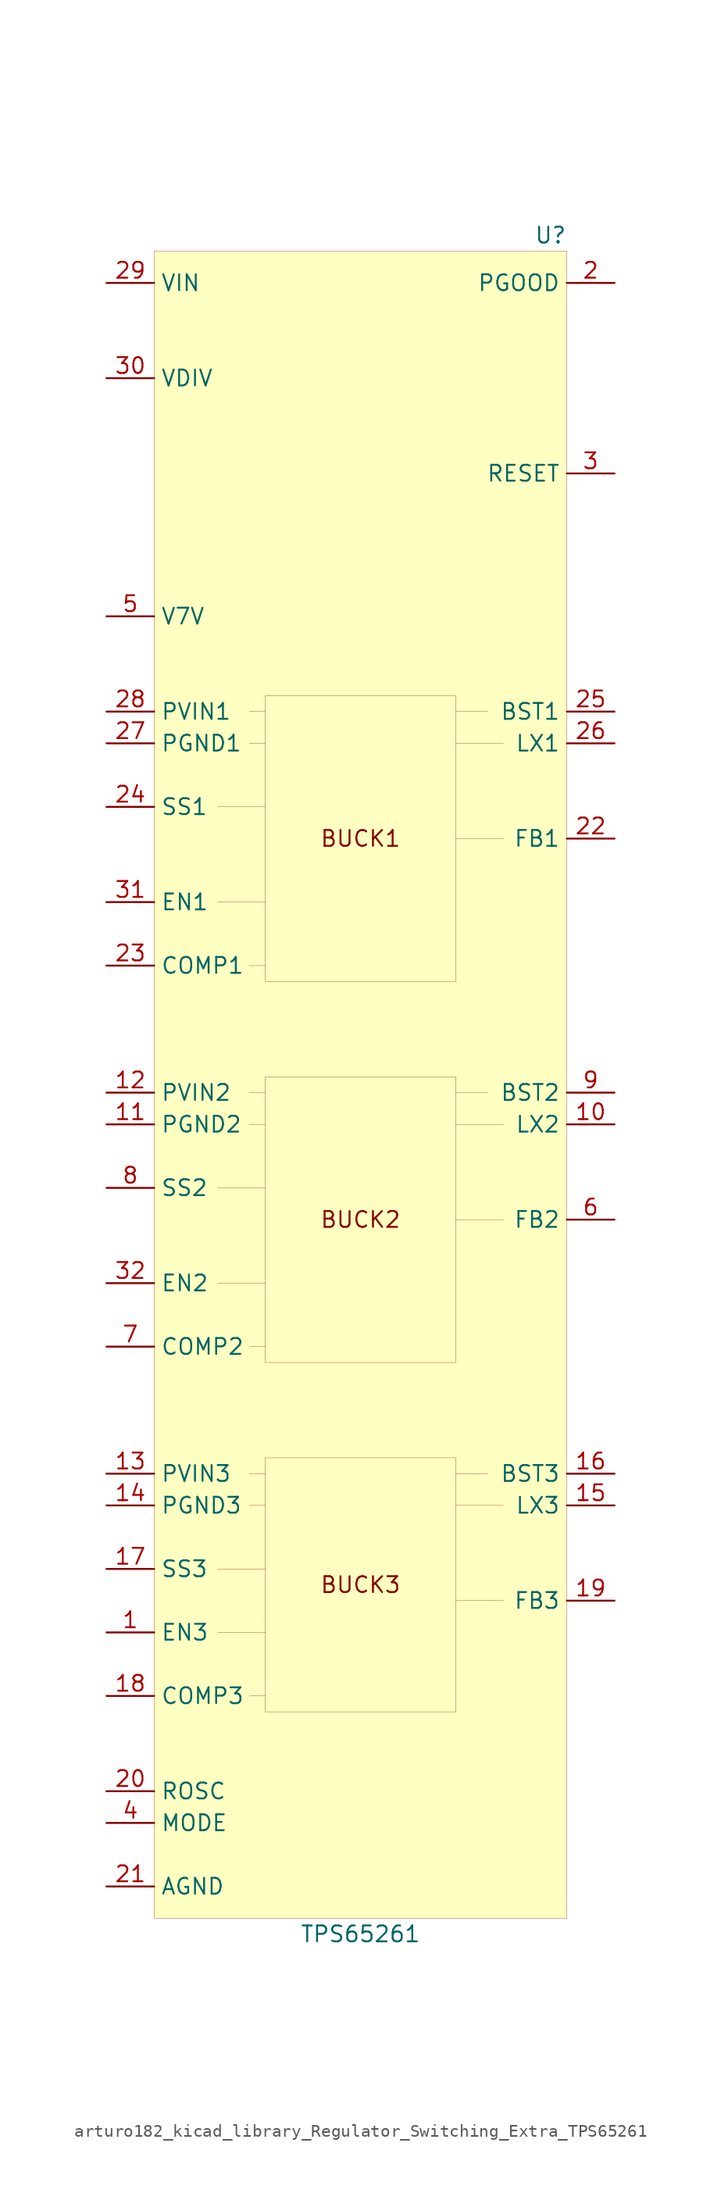
<source format=kicad_sym>
(kicad_symbol_lib
  (version 20220914)
  (generator kicad_symbol_editor)
  (symbol "Regulator_Switching_Extra:arturo182_kicad_library_Regulator_Switching_Extra_TPS65261"
    (property "Reference" "U"
      (at 16.51 63.5 0)
      (effects (font (size 1.27 1.27)) (justify right)))
    (property "Value" "TPS65261"
      (at 0 -72.39 0)
      (effects (font (size 1.27 1.27))))
    (symbol "arturo182_kicad_library_Regulator_Switching_Extra_TPS65261_0_0"
      (text "BUCK1" (at 0 15.24 0) (effects (font (size 1.27 1.27))))
      (text "BUCK2" (at 0 -15.24 0) (effects (font (size 1.27 1.27))))
      (text "BUCK3" (at 0 -44.45 0) (effects (font (size 1.27 1.27))))
      (polyline (pts (xy -7.62 -53.34) (xy -8.89 -53.34)) (stroke (width 0.001)) (fill (type none)))
      (polyline (pts (xy -7.62 -48.26) (xy -11.43 -48.26)) (stroke (width 0.001)) (fill (type none)))
      (polyline (pts (xy -7.62 -43.18) (xy -11.43 -43.18)) (stroke (width 0.001)) (fill (type none)))
      (polyline (pts (xy -7.62 -38.1) (xy -8.89 -38.1)) (stroke (width 0.001)) (fill (type none)))
      (polyline (pts (xy -7.62 -35.56) (xy -8.89 -35.56)) (stroke (width 0.001)) (fill (type none)))
      (polyline (pts (xy -7.62 -25.4) (xy -8.89 -25.4)) (stroke (width 0.001)) (fill (type none)))
      (polyline (pts (xy -7.62 -20.32) (xy -11.43 -20.32)) (stroke (width 0.001)) (fill (type none)))
      (polyline (pts (xy -7.62 -12.7) (xy -11.43 -12.7)) (stroke (width 0.001)) (fill (type none)))
      (polyline (pts (xy -7.62 -7.62) (xy -8.89 -7.62)) (stroke (width 0.001)) (fill (type none)))
      (polyline (pts (xy -7.62 -5.08) (xy -8.89 -5.08)) (stroke (width 0.001)) (fill (type none)))
      (polyline (pts (xy -7.62 5.08) (xy -8.89 5.08)) (stroke (width 0.001)) (fill (type none)))
      (polyline (pts (xy -7.62 10.16) (xy -11.43 10.16)) (stroke (width 0.001)) (fill (type none)))
      (polyline (pts (xy -7.62 17.78) (xy -11.43 17.78)) (stroke (width 0.001)) (fill (type none)))
      (polyline (pts (xy -7.62 22.86) (xy -8.89 22.86)) (stroke (width 0.001)) (fill (type none)))
      (polyline (pts (xy -7.62 25.4) (xy -8.89 25.4)) (stroke (width 0.001)) (fill (type none)))
      (polyline (pts (xy 10.16 -35.56) (xy 7.62 -35.56)) (stroke (width 0.001)) (fill (type none)))
      (polyline (pts (xy 10.16 -5.08) (xy 7.62 -5.08)) (stroke (width 0.001)) (fill (type none)))
      (polyline (pts (xy 10.16 25.4) (xy 7.62 25.4)) (stroke (width 0.001)) (fill (type none)))
      (polyline (pts (xy 11.43 -45.72) (xy 7.62 -45.72)) (stroke (width 0.001)) (fill (type none)))
      (polyline (pts (xy 11.43 -38.1) (xy 7.62 -38.1)) (stroke (width 0.001)) (fill (type none)))
      (polyline (pts (xy 11.43 -15.24) (xy 7.62 -15.24)) (stroke (width 0.001)) (fill (type none)))
      (polyline (pts (xy 11.43 -7.62) (xy 7.62 -7.62)) (stroke (width 0.001)) (fill (type none)))
      (polyline (pts (xy 11.43 15.24) (xy 7.62 15.24)) (stroke (width 0.001)) (fill (type none)))
      (polyline (pts (xy 11.43 22.86) (xy 7.62 22.86)) (stroke (width 0.001)) (fill (type none))))
    (symbol "arturo182_kicad_library_Regulator_Switching_Extra_TPS65261_0_1"
      (rectangle (start -7.62 -34.29) (end 7.62 -54.61) (stroke (width 0.001)) (fill (type none)))
      (rectangle (start -7.62 -3.81) (end 7.62 -26.67) (stroke (width 0.001)) (fill (type none)))
      (rectangle (start -7.62 26.67) (end 7.62 3.81) (stroke (width 0.001)) (fill (type none)))
      (rectangle (start -16.51 62.23) (end 16.51 -71.12) (stroke (width 0.001)) (fill (type background))))
    (symbol "arturo182_kicad_library_Regulator_Switching_Extra_TPS65261_1_1"
      (pin input line (at -20.32 -48.26 0) (length 3.81) (name "EN3" (effects (font (size 1.27 1.27)))) (number "1" (effects (font (size 1.27 1.27)))))
      (pin input line (at 20.32 -7.62 180) (length 3.81) (name "LX2" (effects (font (size 1.27 1.27)))) (number "10" (effects (font (size 1.27 1.27)))))
      (pin power_in line (at -20.32 -7.62 0) (length 3.81) (name "PGND2" (effects (font (size 1.27 1.27)))) (number "11" (effects (font (size 1.27 1.27)))))
      (pin power_in line (at -20.32 -5.08 0) (length 3.81) (name "PVIN2" (effects (font (size 1.27 1.27)))) (number "12" (effects (font (size 1.27 1.27)))))
      (pin power_in line (at -20.32 -35.56 0) (length 3.81) (name "PVIN3" (effects (font (size 1.27 1.27)))) (number "13" (effects (font (size 1.27 1.27)))))
      (pin power_in line (at -20.32 -38.1 0) (length 3.81) (name "PGND3" (effects (font (size 1.27 1.27)))) (number "14" (effects (font (size 1.27 1.27)))))
      (pin input line (at 20.32 -38.1 180) (length 3.81) (name "LX3" (effects (font (size 1.27 1.27)))) (number "15" (effects (font (size 1.27 1.27)))))
      (pin input line (at 20.32 -35.56 180) (length 3.81) (name "BST3" (effects (font (size 1.27 1.27)))) (number "16" (effects (font (size 1.27 1.27)))))
      (pin input line (at -20.32 -43.18 0) (length 3.81) (name "SS3" (effects (font (size 1.27 1.27)))) (number "17" (effects (font (size 1.27 1.27)))))
      (pin output line (at -20.32 -53.34 0) (length 3.81) (name "COMP3" (effects (font (size 1.27 1.27)))) (number "18" (effects (font (size 1.27 1.27)))))
      (pin input line (at 20.32 -45.72 180) (length 3.81) (name "FB3" (effects (font (size 1.27 1.27)))) (number "19" (effects (font (size 1.27 1.27)))))
      (pin open_collector line (at 20.32 59.69 180) (length 3.81) (name "PGOOD" (effects (font (size 1.27 1.27)))) (number "2" (effects (font (size 1.27 1.27)))))
      (pin input line (at -20.32 -60.96 0) (length 3.81) (name "ROSC" (effects (font (size 1.27 1.27)))) (number "20" (effects (font (size 1.27 1.27)))))
      (pin power_in line (at -20.32 -68.58 0) (length 3.81) (name "AGND" (effects (font (size 1.27 1.27)))) (number "21" (effects (font (size 1.27 1.27)))))
      (pin input line (at 20.32 15.24 180) (length 3.81) (name "FB1" (effects (font (size 1.27 1.27)))) (number "22" (effects (font (size 1.27 1.27)))))
      (pin output line (at -20.32 5.08 0) (length 3.81) (name "COMP1" (effects (font (size 1.27 1.27)))) (number "23" (effects (font (size 1.27 1.27)))))
      (pin input line (at -20.32 17.78 0) (length 3.81) (name "SS1" (effects (font (size 1.27 1.27)))) (number "24" (effects (font (size 1.27 1.27)))))
      (pin input line (at 20.32 25.4 180) (length 3.81) (name "BST1" (effects (font (size 1.27 1.27)))) (number "25" (effects (font (size 1.27 1.27)))))
      (pin input line (at 20.32 22.86 180) (length 3.81) (name "LX1" (effects (font (size 1.27 1.27)))) (number "26" (effects (font (size 1.27 1.27)))))
      (pin power_in line (at -20.32 22.86 0) (length 3.81) (name "PGND1" (effects (font (size 1.27 1.27)))) (number "27" (effects (font (size 1.27 1.27)))))
      (pin power_in line (at -20.32 25.4 0) (length 3.81) (name "PVIN1" (effects (font (size 1.27 1.27)))) (number "28" (effects (font (size 1.27 1.27)))))
      (pin power_in line (at -20.32 59.69 0) (length 3.81) (name "VIN" (effects (font (size 1.27 1.27)))) (number "29" (effects (font (size 1.27 1.27)))))
      (pin open_collector line (at 20.32 44.45 180) (length 3.81) (name "RESET" (effects (font (size 1.27 1.27)))) (number "3" (effects (font (size 1.27 1.27)))))
      (pin input line (at -20.32 52.07 0) (length 3.81) (name "VDIV" (effects (font (size 1.27 1.27)))) (number "30" (effects (font (size 1.27 1.27)))))
      (pin input line (at -20.32 10.16 0) (length 3.81) (name "EN1" (effects (font (size 1.27 1.27)))) (number "31" (effects (font (size 1.27 1.27)))))
      (pin input line (at -20.32 -20.32 0) (length 3.81) (name "EN2" (effects (font (size 1.27 1.27)))) (number "32" (effects (font (size 1.27 1.27)))))
      (pin passive line (at -20.32 -68.58 0) (length 3.81) hide (name "PAD" (effects (font (size 1.27 1.27)))) (number "33" (effects (font (size 1.27 1.27)))))
      (pin input line (at -20.32 -63.5 0) (length 3.81) (name "MODE" (effects (font (size 1.27 1.27)))) (number "4" (effects (font (size 1.27 1.27)))))
      (pin power_out line (at -20.32 33.02 0) (length 3.81) (name "V7V" (effects (font (size 1.27 1.27)))) (number "5" (effects (font (size 1.27 1.27)))))
      (pin input line (at 20.32 -15.24 180) (length 3.81) (name "FB2" (effects (font (size 1.27 1.27)))) (number "6" (effects (font (size 1.27 1.27)))))
      (pin output line (at -20.32 -25.4 0) (length 3.81) (name "COMP2" (effects (font (size 1.27 1.27)))) (number "7" (effects (font (size 1.27 1.27)))))
      (pin input line (at -20.32 -12.7 0) (length 3.81) (name "SS2" (effects (font (size 1.27 1.27)))) (number "8" (effects (font (size 1.27 1.27)))))
      (pin input line (at 20.32 -5.08 180) (length 3.81) (name "BST2" (effects (font (size 1.27 1.27)))) (number "9" (effects (font (size 1.27 1.27))))))))
</source>
